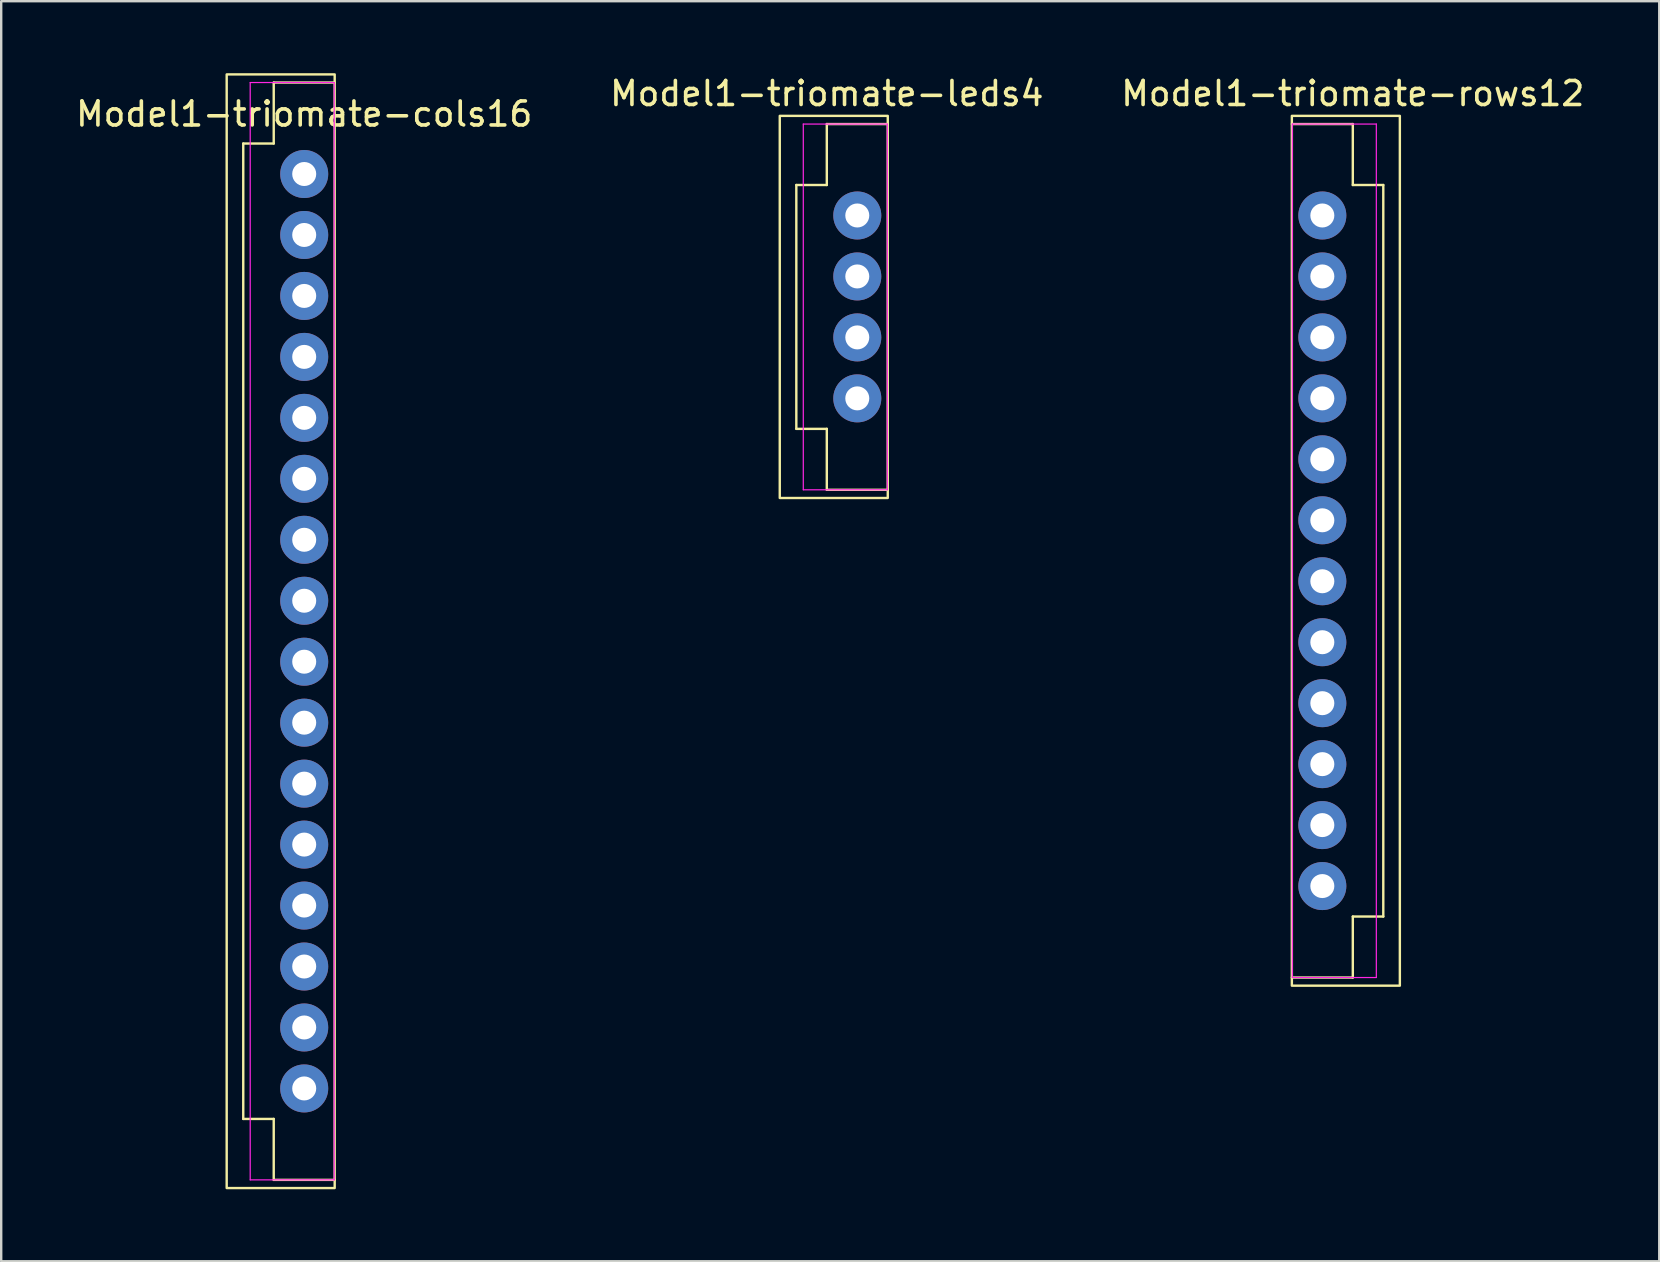
<source format=kicad_pcb>
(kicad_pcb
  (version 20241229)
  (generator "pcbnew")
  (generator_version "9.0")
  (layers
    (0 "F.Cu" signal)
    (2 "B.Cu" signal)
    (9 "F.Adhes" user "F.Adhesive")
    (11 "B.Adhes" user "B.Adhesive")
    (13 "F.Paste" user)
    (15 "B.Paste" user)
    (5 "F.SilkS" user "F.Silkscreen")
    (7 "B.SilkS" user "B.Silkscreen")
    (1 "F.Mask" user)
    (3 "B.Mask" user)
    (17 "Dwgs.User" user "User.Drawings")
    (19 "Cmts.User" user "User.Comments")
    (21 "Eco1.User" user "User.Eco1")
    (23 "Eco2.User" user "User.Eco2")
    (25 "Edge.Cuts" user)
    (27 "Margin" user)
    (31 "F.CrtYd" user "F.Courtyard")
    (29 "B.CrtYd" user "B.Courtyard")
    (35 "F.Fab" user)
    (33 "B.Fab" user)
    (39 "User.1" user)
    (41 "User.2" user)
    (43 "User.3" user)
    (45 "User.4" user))
  (footprint "Model1-triomate-rows12"
    (layer "F.Cu")
    (at 52.045 5.928)
    (property "Reference" "Model1-triomate-rows12" (at 1.27 -5.08 180) (layer "F.SilkS") (effects (font (size 1 1) (thickness 0.15))))
    (attr through_hole)
    (fp_line (start -1.27 -3.81) (end 1.27 -3.81) (stroke (width 0.1) (type default)) (layer "F.SilkS"))
    (fp_line (start -1.27 31.75) (end 1.27 31.75) (stroke (width 0.1) (type default)) (layer "F.SilkS"))
    (fp_line (start 1.27 -3.81) (end 1.27 -1.27) (stroke (width 0.1) (type default)) (layer "F.SilkS"))
    (fp_line (start 1.27 -1.27) (end 2.54 -1.27) (stroke (width 0.1) (type default)) (layer "F.SilkS"))
    (fp_line (start 1.27 29.21) (end 2.54 29.21) (stroke (width 0.1) (type default)) (layer "F.SilkS"))
    (fp_line (start 1.27 31.75) (end 1.27 29.21) (stroke (width 0.1) (type default)) (layer "F.SilkS"))
    (fp_line (start 2.54 29.21) (end 2.54 -1.27) (stroke (width 0.1) (type default)) (layer "F.SilkS"))
    (fp_rect (start -1.27 -4.15) (end 3.23 32.09) (stroke (width 0.1) (type default)) (fill no) (layer "F.SilkS"))
    (fp_line (start -1.25 -3.81) (end 2.25 -3.81) (stroke (width 0.05) (type solid)) (layer "F.CrtYd"))
    (fp_line (start -1.25 31.75) (end -1.25 -3.81) (stroke (width 0.05) (type solid)) (layer "F.CrtYd"))
    (fp_line (start 2.25 -3.81) (end 2.25 31.75) (stroke (width 0.05) (type solid)) (layer "F.CrtYd"))
    (fp_line (start 2.25 31.75) (end -1.25 31.75) (stroke (width 0.05) (type solid)) (layer "F.CrtYd"))
    (pad "1" thru_hole circle (at 0 0 270) (size 2 2) (drill 1) (layers "*.Cu" "*.Mask"))
    (pad "2" thru_hole circle (at 0 2.54 270) (size 2 2) (drill 1) (layers "*.Cu" "*.Mask"))
    (pad "3" thru_hole circle (at 0 5.08 270) (size 2 2) (drill 1) (layers "*.Cu" "*.Mask"))
    (pad "4" thru_hole circle (at 0 7.62 270) (size 2 2) (drill 1) (layers "*.Cu" "*.Mask"))
    (pad "5" thru_hole circle (at 0 10.16 270) (size 2 2) (drill 1) (layers "*.Cu" "*.Mask"))
    (pad "6" thru_hole circle (at 0 12.7 270) (size 2 2) (drill 1) (layers "*.Cu" "*.Mask"))
    (pad "7" thru_hole circle (at 0 15.24 270) (size 2 2) (drill 1) (layers "*.Cu" "*.Mask"))
    (pad "8" thru_hole circle (at 0 17.78 270) (size 2 2) (drill 1) (layers "*.Cu" "*.Mask"))
    (pad "9" thru_hole circle (at 0 20.32 270) (size 2 2) (drill 1) (layers "*.Cu" "*.Mask"))
    (pad "10" thru_hole circle (at 0 22.86 270) (size 2 2) (drill 1) (layers "*.Cu" "*.Mask"))
    (pad "11" thru_hole circle (at 0 25.4 270) (size 2 2) (drill 1) (layers "*.Cu" "*.Mask"))
    (pad "12" thru_hole circle (at 0 27.94) (size 2 2) (drill 1) (layers "*.Cu" "*.Mask")))
  (footprint "Model1-triomate-cols16"
    (layer "F.Cu")
    (at 9.625 4.2)
    (property "Reference" "Model1-triomate-cols16" (at 0 -2.5 0) (layer "F.SilkS") (effects (font (size 1 1) (thickness 0.15))))
    (attr through_hole)
    (fp_line (start -2.54 -1.27) (end -2.54 39.37) (stroke (width 0.1) (type default)) (layer "F.SilkS"))
    (fp_line (start -1.27 -3.81) (end -1.27 -1.27) (stroke (width 0.1) (type default)) (layer "F.SilkS"))
    (fp_line (start -1.27 -1.27) (end -2.54 -1.27) (stroke (width 0.1) (type default)) (layer "F.SilkS"))
    (fp_line (start -1.27 39.37) (end -2.54 39.37) (stroke (width 0.1) (type default)) (layer "F.SilkS"))
    (fp_line (start -1.27 41.91) (end -1.27 39.37) (stroke (width 0.1) (type default)) (layer "F.SilkS"))
    (fp_line (start 1.27 -3.81) (end -1.27 -3.81) (stroke (width 0.1) (type default)) (layer "F.SilkS"))
    (fp_line (start 1.27 41.91) (end -1.27 41.91) (stroke (width 0.1) (type default)) (layer "F.SilkS"))
    (fp_rect (start -3.23 -4.15) (end 1.27 42.25) (stroke (width 0.1) (type default)) (fill no) (layer "F.SilkS"))
    (fp_line (start -2.25 -3.81) (end 1.25 -3.81) (stroke (width 0.05) (type solid)) (layer "F.CrtYd"))
    (fp_line (start -2.25 41.91) (end -2.25 -3.81) (stroke (width 0.05) (type solid)) (layer "F.CrtYd"))
    (fp_line (start 1.25 -3.81) (end 1.25 41.91) (stroke (width 0.05) (type solid)) (layer "F.CrtYd"))
    (fp_line (start 1.25 41.91) (end -2.25 41.91) (stroke (width 0.05) (type solid)) (layer "F.CrtYd"))
    (pad "1" thru_hole circle (at 0 0 270) (size 2 2) (drill 1) (layers "*.Cu" "*.Mask"))
    (pad "2" thru_hole circle (at 0 2.54 270) (size 2 2) (drill 1) (layers "*.Cu" "*.Mask"))
    (pad "3" thru_hole circle (at 0 5.08 270) (size 2 2) (drill 1) (layers "*.Cu" "*.Mask"))
    (pad "4" thru_hole circle (at 0 7.62 270) (size 2 2) (drill 1) (layers "*.Cu" "*.Mask"))
    (pad "5" thru_hole circle (at 0 10.16 270) (size 2 2) (drill 1) (layers "*.Cu" "*.Mask"))
    (pad "6" thru_hole circle (at 0 12.7 270) (size 2 2) (drill 1) (layers "*.Cu" "*.Mask"))
    (pad "7" thru_hole circle (at 0 15.24 270) (size 2 2) (drill 1) (layers "*.Cu" "*.Mask"))
    (pad "8" thru_hole circle (at 0 17.78 270) (size 2 2) (drill 1) (layers "*.Cu" "*.Mask"))
    (pad "9" thru_hole circle (at 0 20.32 270) (size 2 2) (drill 1) (layers "*.Cu" "*.Mask"))
    (pad "10" thru_hole circle (at 0 22.86 270) (size 2 2) (drill 1) (layers "*.Cu" "*.Mask"))
    (pad "11" thru_hole circle (at 0 25.4 270) (size 2 2) (drill 1) (layers "*.Cu" "*.Mask"))
    (pad "12" thru_hole circle (at 0 27.94 270) (size 2 2) (drill 1) (layers "*.Cu" "*.Mask"))
    (pad "13" thru_hole circle (at 0 30.48 270) (size 2 2) (drill 1) (layers "*.Cu" "*.Mask"))
    (pad "14" thru_hole circle (at 0 33.02 270) (size 2 2) (drill 1) (layers "*.Cu" "*.Mask"))
    (pad "15" thru_hole circle (at 0 35.56 270) (size 2 2) (drill 1) (layers "*.Cu" "*.Mask"))
    (pad "16" thru_hole circle (at 0 38.1 270) (size 2 2) (drill 1) (layers "*.Cu" "*.Mask")))
  (footprint "Model1-triomate-leds4"
    (layer "F.Cu")
    (at 32.669 5.928)
    (property "Reference" "Model1-triomate-leds4" (at -1.27 -5.08 0) (layer "F.SilkS") (effects (font (size 1 1) (thickness 0.15))))
    (attr through_hole)
    (fp_line (start -2.54 -1.27) (end -2.54 8.89) (stroke (width 0.1) (type default)) (layer "F.SilkS"))
    (fp_line (start -1.27 -3.81) (end -1.27 -1.27) (stroke (width 0.1) (type default)) (layer "F.SilkS"))
    (fp_line (start -1.27 -1.27) (end -2.54 -1.27) (stroke (width 0.1) (type default)) (layer "F.SilkS"))
    (fp_line (start -1.27 8.89) (end -2.54 8.89) (stroke (width 0.1) (type default)) (layer "F.SilkS"))
    (fp_line (start -1.27 11.43) (end -1.27 8.89) (stroke (width 0.1) (type default)) (layer "F.SilkS"))
    (fp_line (start 1.27 -3.81) (end -1.27 -3.81) (stroke (width 0.1) (type default)) (layer "F.SilkS"))
    (fp_line (start 1.27 11.43) (end -1.27 11.43) (stroke (width 0.1) (type default)) (layer "F.SilkS"))
    (fp_rect (start -3.23 -4.15) (end 1.27 11.77) (stroke (width 0.1) (type default)) (fill no) (layer "F.SilkS"))
    (fp_line (start -2.25 -3.81) (end 1.25 -3.81) (stroke (width 0.05) (type solid)) (layer "F.CrtYd"))
    (fp_line (start -2.25 11.43) (end -2.25 -3.81) (stroke (width 0.05) (type solid)) (layer "F.CrtYd"))
    (fp_line (start 1.25 -3.81) (end 1.25 11.43) (stroke (width 0.05) (type solid)) (layer "F.CrtYd"))
    (fp_line (start 1.25 11.43) (end -2.25 11.43) (stroke (width 0.05) (type solid)) (layer "F.CrtYd"))
    (pad "1" thru_hole circle (at 0 0 270) (size 2 2) (drill 1) (layers "*.Cu" "*.Mask"))
    (pad "2" thru_hole circle (at 0 2.54 270) (size 2 2) (drill 1) (layers "*.Cu" "*.Mask"))
    (pad "3" thru_hole circle (at 0 5.08 270) (size 2 2) (drill 1) (layers "*.Cu" "*.Mask"))
    (pad "4" thru_hole circle (at 0 7.62 270) (size 2 2) (drill 1) (layers "*.Cu" "*.Mask")))
  (gr_rect
    (start -3 -3)
    (end 66.083 49.5)
    (stroke (width 0.1) (type default))
    (fill no)
    (layer "Edge.Cuts")))
</source>
